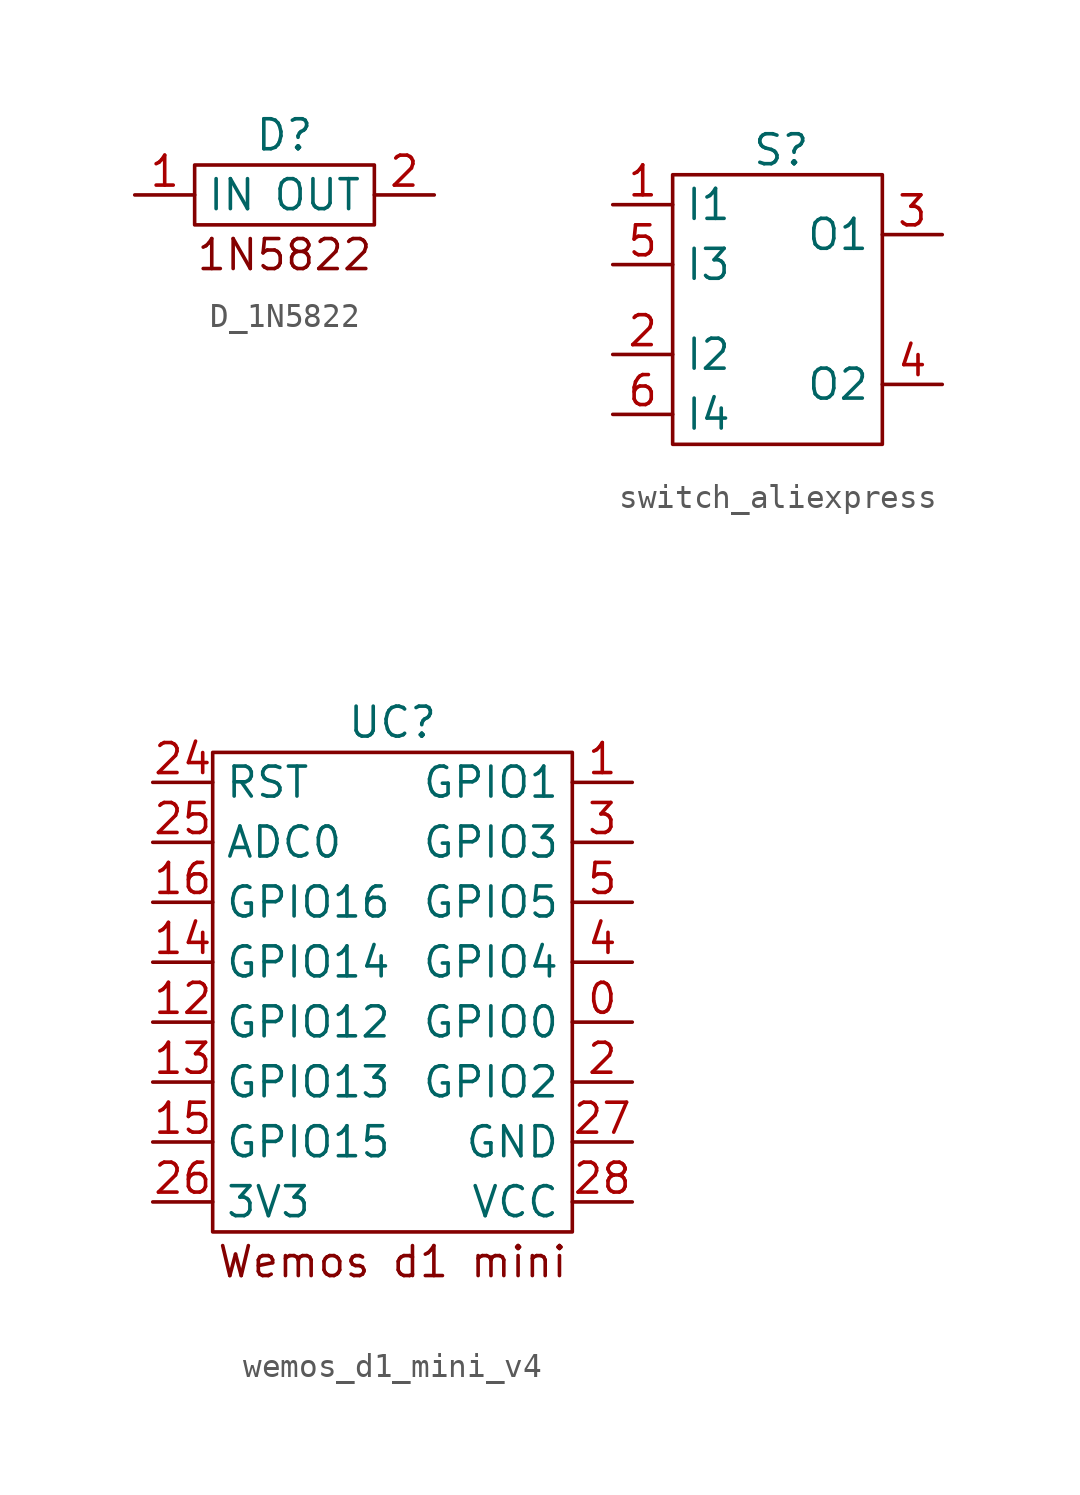
<source format=kicad_sym>
(kicad_symbol_lib
  (version 20220914)
  (generator kicad_symbol_editor)
  (symbol "D_1N5822"
    (property "Reference" "D"
      (at 0 2.54 0)
      (effects (font (size 1.27 1.27))))
    (property "Value" ""
      (at 0 0 0)
      (effects (font (size 1.27 1.27))))
    (symbol "D_1N5822_0_1"
      (polyline (pts (xy -3.81 1.27) (xy -3.81 -1.27) (xy 3.81 -1.27) (xy 3.81 1.27) (xy -3.81 1.27)) (stroke (width 0) (type default)) (fill (type none))))
    (symbol "D_1N5822_1_1"
      (text "1N5822" (at 0 -2.54 0) (effects (font (size 1.27 1.27))))
      (pin input line (at -6.35 0 0) (length 2.54) (name "IN" (effects (font (size 1.27 1.27)))) (number "1" (effects (font (size 1.27 1.27)))))
      (pin input line (at 6.35 0 180) (length 2.54) (name "OUT" (effects (font (size 1.27 1.27)))) (number "2" (effects (font (size 1.27 1.27)))))))
  (symbol "switch_aliexpress"
    (property "Reference" "S"
      (at -3.017 6.127 0)
      (effects (font (size 1.27 1.27))))
    (property "Value" ""
      (at -6.35 0 0)
      (effects (font (size 1.27 1.27))))
    (symbol "switch_aliexpress_0_1"
      (rectangle (start -7.62 -6.35) (end 1.27 5.08) (stroke (width 0) (type default)) (fill (type none))))
    (symbol "switch_aliexpress_1_1"
      (pin input line (at -10.16 3.81 0) (length 2.54) (name "I1" (effects (font (size 1.27 1.27)))) (number "1" (effects (font (size 1.27 1.27)))))
      (pin input line (at -10.16 -2.54 0) (length 2.54) (name "I2" (effects (font (size 1.27 1.27)))) (number "2" (effects (font (size 1.27 1.27)))))
      (pin output line (at 3.81 2.54 180) (length 2.54) (name "O1" (effects (font (size 1.27 1.27)))) (number "3" (effects (font (size 1.27 1.27)))))
      (pin output line (at 3.81 -3.81 180) (length 2.54) (name "O2" (effects (font (size 1.27 1.27)))) (number "4" (effects (font (size 1.27 1.27)))))
      (pin input line (at -10.16 1.27 0) (length 2.54) (name "I3" (effects (font (size 1.27 1.27)))) (number "5" (effects (font (size 1.27 1.27)))))
      (pin input line (at -10.16 -5.08 0) (length 2.54) (name "I4" (effects (font (size 1.27 1.27)))) (number "6" (effects (font (size 1.27 1.27)))))))
  (symbol "wemos_d1_mini_v4"
    (property "Reference" "UC"
      (at 0 10.16 0)
      (effects (font (size 1.27 1.27))))
    (property "Value" ""
      (at 3.81 11.43 0)
      (effects (font (size 1.27 1.27))))
    (symbol "wemos_d1_mini_v4_0_1"
      (polyline (pts (xy -7.62 8.89) (xy 7.62 8.89) (xy 7.62 -11.43) (xy -7.62 -11.43) (xy -7.62 8.89)) (stroke (width 0) (type default)) (fill (type none))))
    (symbol "wemos_d1_mini_v4_1_1"
      (text "Wemos d1 mini" (at 0 -12.7 0) (effects (font (size 1.27 1.27))))
      (pin bidirectional line (at 10.16 -2.54 180) (length 2.54) (name "GPIO0" (effects (font (size 1.27 1.27)))) (number "0" (effects (font (size 1.27 1.27)))))
      (pin bidirectional line (at 10.16 7.62 180) (length 2.54) (name "GPIO1" (effects (font (size 1.27 1.27)))) (number "1" (effects (font (size 1.27 1.27)))))
      (pin bidirectional line (at -10.16 -2.54 0) (length 2.54) (name "GPIO12" (effects (font (size 1.27 1.27)))) (number "12" (effects (font (size 1.27 1.27)))))
      (pin bidirectional line (at -10.16 -5.08 0) (length 2.54) (name "GPIO13" (effects (font (size 1.27 1.27)))) (number "13" (effects (font (size 1.27 1.27)))))
      (pin bidirectional line (at -10.16 0 0) (length 2.54) (name "GPIO14" (effects (font (size 1.27 1.27)))) (number "14" (effects (font (size 1.27 1.27)))))
      (pin bidirectional line (at -10.16 -7.62 0) (length 2.54) (name "GPIO15" (effects (font (size 1.27 1.27)))) (number "15" (effects (font (size 1.27 1.27)))))
      (pin output line (at -10.16 2.54 0) (length 2.54) (name "GPIO16" (effects (font (size 1.27 1.27)))) (number "16" (effects (font (size 1.27 1.27)))))
      (pin bidirectional line (at 10.16 -5.08 180) (length 2.54) (name "GPIO2" (effects (font (size 1.27 1.27)))) (number "2" (effects (font (size 1.27 1.27)))))
      (pin input line (at -10.16 7.62 0) (length 2.54) (name "RST" (effects (font (size 1.27 1.27)))) (number "24" (effects (font (size 1.27 1.27)))))
      (pin bidirectional line (at -10.16 5.08 0) (length 2.54) (name "ADC0" (effects (font (size 1.27 1.27)))) (number "25" (effects (font (size 1.27 1.27)))))
      (pin output line (at -10.16 -10.16 0) (length 2.54) (name "3V3" (effects (font (size 1.27 1.27)))) (number "26" (effects (font (size 1.27 1.27)))))
      (pin output line (at 10.16 -7.62 180) (length 2.54) (name "GND" (effects (font (size 1.27 1.27)))) (number "27" (effects (font (size 1.27 1.27)))))
      (pin input line (at 10.16 -10.16 180) (length 2.54) (name "VCC" (effects (font (size 1.27 1.27)))) (number "28" (effects (font (size 1.27 1.27)))))
      (pin bidirectional line (at 10.16 5.08 180) (length 2.54) (name "GPIO3" (effects (font (size 1.27 1.27)))) (number "3" (effects (font (size 1.27 1.27)))))
      (pin bidirectional line (at 10.16 0 180) (length 2.54) (name "GPIO4" (effects (font (size 1.27 1.27)))) (number "4" (effects (font (size 1.27 1.27)))))
      (pin bidirectional line (at 10.16 2.54 180) (length 2.54) (name "GPIO5" (effects (font (size 1.27 1.27)))) (number "5" (effects (font (size 1.27 1.27))))))))
</source>
